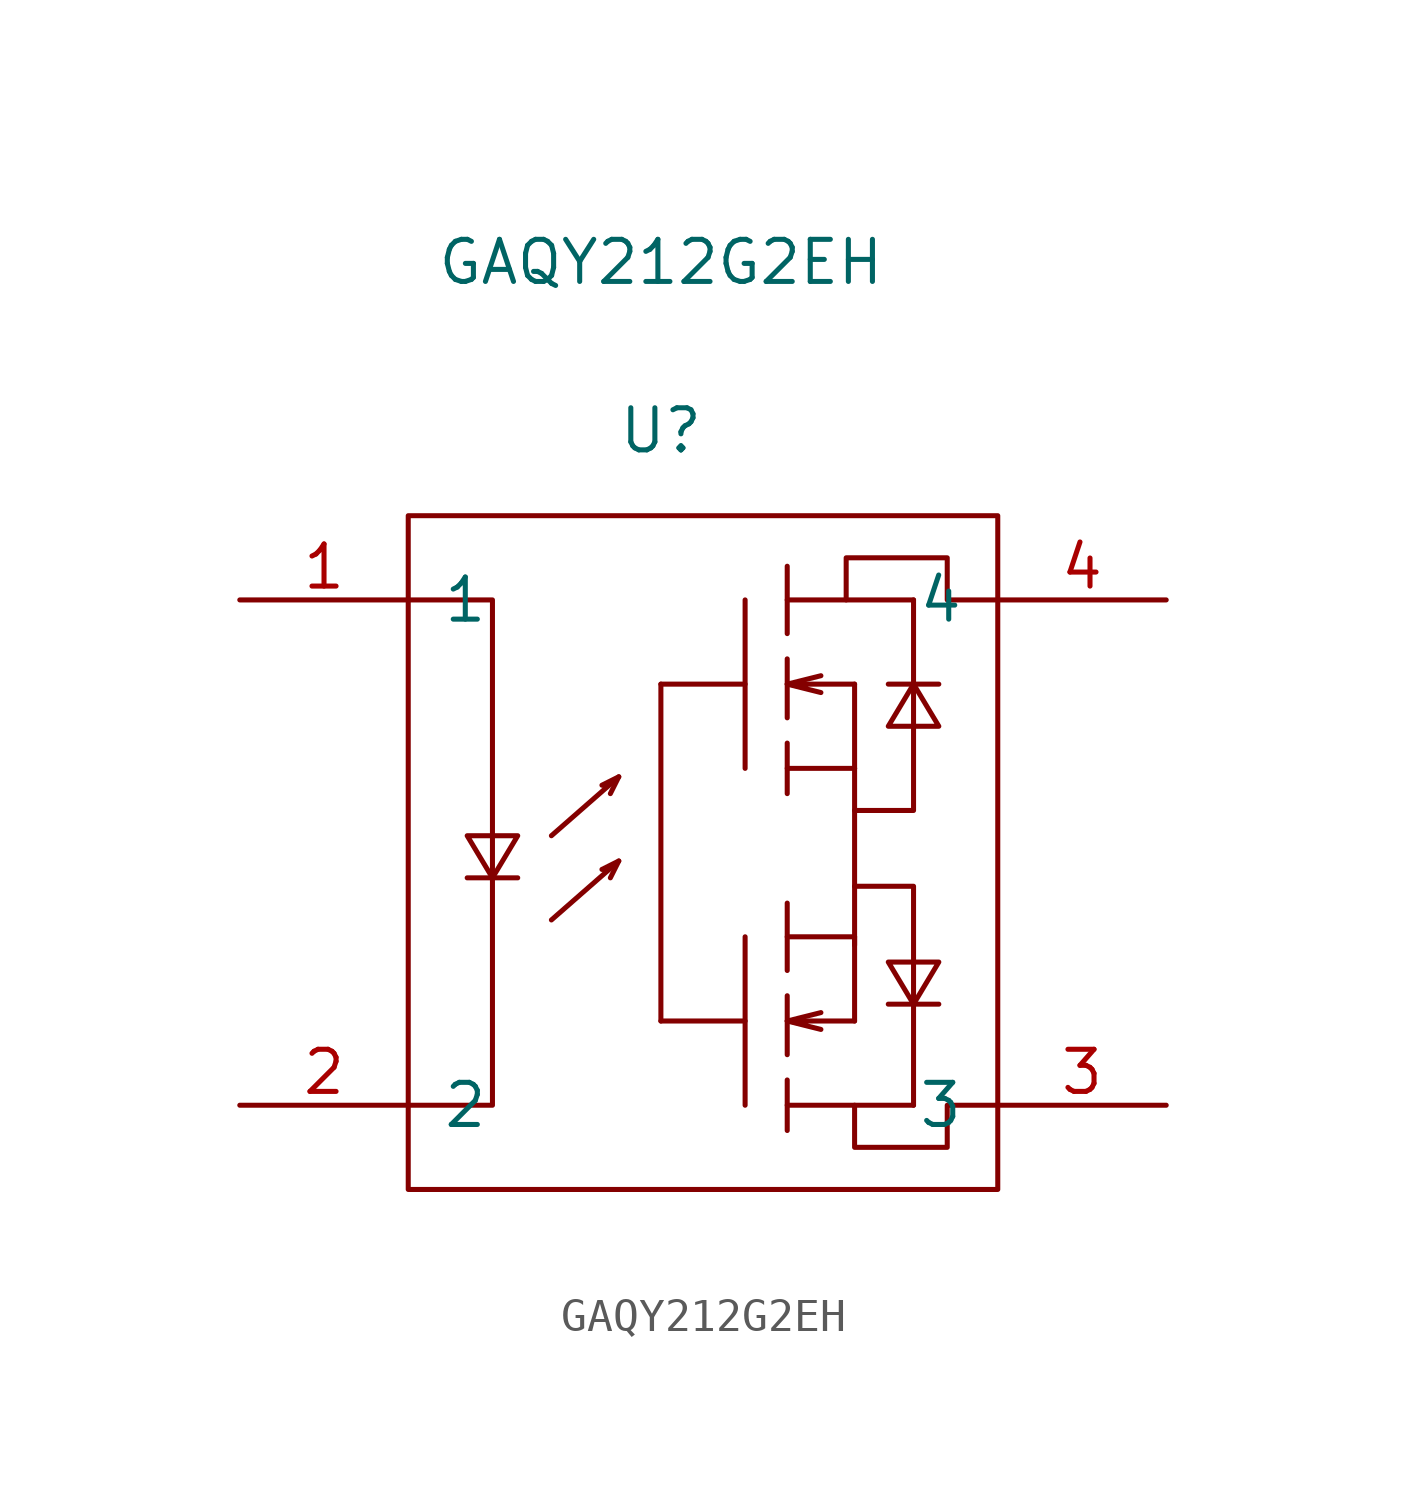
<source format=kicad_sym>
(kicad_symbol_lib
  (version 20220914)
  (generator kicad_symbol_editor)
  (symbol "GAQY212G2EH"
    (pin_names
      (offset 1.016))
    (property "Reference" "U"
      (at 0 12.725 0)
      (effects (font (size 1.27 1.27))))
    (property "Value" "GAQY212G2EH"
      (at 0 17.805 0)
      (effects (font (size 1.27 1.27))))
    (symbol "GAQY212G2EH_1_1"
      (rectangle (start -7.62 10.16) (end 10.16 -10.16) (stroke (width 0.152) (type solid)) (fill (type none)))
      (polyline (pts (xy -5.842 -0.762) (xy -4.318 -0.762)) (stroke (width 0.152) (type solid)) (fill (type none)))
      (polyline (pts (xy -1.27 -0.254) (xy -1.524 -0.762)) (stroke (width 0.152) (type solid)) (fill (type none)))
      (polyline (pts (xy -1.27 2.286) (xy -1.524 1.778)) (stroke (width 0.152) (type solid)) (fill (type none)))
      (polyline (pts (xy 0 5.08) (xy 0 -5.08)) (stroke (width 0.152) (type solid)) (fill (type none)))
      (polyline (pts (xy 2.54 -5.08) (xy 0 -5.08)) (stroke (width 0.152) (type solid)) (fill (type none)))
      (polyline (pts (xy 2.54 -2.54) (xy 2.54 -7.62)) (stroke (width 0.152) (type solid)) (fill (type none)))
      (polyline (pts (xy 2.54 5.08) (xy 0 5.08)) (stroke (width 0.152) (type solid)) (fill (type none)))
      (polyline (pts (xy 2.54 7.62) (xy 2.54 2.54)) (stroke (width 0.152) (type solid)) (fill (type none)))
      (polyline (pts (xy 3.81 -7.62) (xy 7.62 -7.62)) (stroke (width 0.152) (type solid)) (fill (type none)))
      (polyline (pts (xy 3.81 -6.858) (xy 3.81 -8.382)) (stroke (width 0.152) (type solid)) (fill (type none)))
      (polyline (pts (xy 3.81 -5.08) (xy 4.826 -4.826)) (stroke (width 0.152) (type solid)) (fill (type none)))
      (polyline (pts (xy 3.81 -4.318) (xy 3.81 -6.096)) (stroke (width 0.152) (type solid)) (fill (type none)))
      (polyline (pts (xy 3.81 -2.54) (xy 5.842 -2.54)) (stroke (width 0.152) (type solid)) (fill (type none)))
      (polyline (pts (xy 3.81 -1.524) (xy 3.81 -3.556)) (stroke (width 0.152) (type solid)) (fill (type none)))
      (polyline (pts (xy 3.81 2.54) (xy 5.842 2.54)) (stroke (width 0.152) (type solid)) (fill (type none)))
      (polyline (pts (xy 3.81 3.302) (xy 3.81 1.778)) (stroke (width 0.152) (type solid)) (fill (type none)))
      (polyline (pts (xy 3.81 5.08) (xy 4.826 5.334)) (stroke (width 0.152) (type solid)) (fill (type none)))
      (polyline (pts (xy 3.81 5.842) (xy 3.81 4.064)) (stroke (width 0.152) (type solid)) (fill (type none)))
      (polyline (pts (xy 3.81 7.62) (xy 7.62 7.62)) (stroke (width 0.152) (type solid)) (fill (type none)))
      (polyline (pts (xy 3.81 8.636) (xy 3.81 6.604)) (stroke (width 0.152) (type solid)) (fill (type none)))
      (polyline (pts (xy 5.842 -2.54) (xy 5.842 -5.08)) (stroke (width 0.152) (type solid)) (fill (type none)))
      (polyline (pts (xy 5.842 2.54) (xy 5.842 -2.794)) (stroke (width 0.152) (type solid)) (fill (type none)))
      (polyline (pts (xy 5.842 5.08) (xy 5.842 2.54)) (stroke (width 0.152) (type solid)) (fill (type none)))
      (polyline (pts (xy 6.858 -4.572) (xy 8.382 -4.572)) (stroke (width 0.152) (type solid)) (fill (type none)))
      (polyline (pts (xy 8.382 5.08) (xy 6.858 5.08)) (stroke (width 0.152) (type solid)) (fill (type none)))
      (polyline (pts (xy -3.302 -2.032) (xy -1.27 -0.254) (xy -1.778 -0.508)) (stroke (width 0.152) (type solid)) (fill (type none)))
      (polyline (pts (xy -3.302 0.508) (xy -1.27 2.286) (xy -1.778 2.032)) (stroke (width 0.152) (type solid)) (fill (type none)))
      (polyline (pts (xy 5.842 -5.08) (xy 3.81 -5.08) (xy 4.826 -5.334)) (stroke (width 0.152) (type solid)) (fill (type none)))
      (polyline (pts (xy 5.842 -1.016) (xy 7.62 -1.016) (xy 7.62 -7.62)) (stroke (width 0.152) (type solid)) (fill (type none)))
      (polyline (pts (xy 5.842 1.27) (xy 7.62 1.27) (xy 7.62 7.62)) (stroke (width 0.152) (type solid)) (fill (type none)))
      (polyline (pts (xy 5.842 5.08) (xy 3.81 5.08) (xy 4.826 4.826)) (stroke (width 0.152) (type solid)) (fill (type none)))
      (polyline (pts (xy -7.62 7.62) (xy -5.08 7.62) (xy -5.08 -7.62) (xy -7.62 -7.62)) (stroke (width 0.152) (type solid)) (fill (type none)))
      (polyline (pts (xy -5.842 0.508) (xy -4.318 0.508) (xy -5.08 -0.762) (xy -5.842 0.508)) (stroke (width 0.152) (type solid)) (fill (type none)))
      (polyline (pts (xy 6.858 -3.302) (xy 8.382 -3.302) (xy 7.62 -4.572) (xy 6.858 -3.302)) (stroke (width 0.152) (type solid)) (fill (type none)))
      (polyline (pts (xy 8.382 3.81) (xy 6.858 3.81) (xy 7.62 5.08) (xy 8.382 3.81)) (stroke (width 0.152) (type solid)) (fill (type none)))
      (polyline (pts (xy 5.588 7.62) (xy 5.588 8.89) (xy 8.636 8.89) (xy 8.636 7.62) (xy 10.16 7.62)) (stroke (width 0.152) (type solid)) (fill (type none)))
      (polyline (pts (xy 5.842 -7.62) (xy 5.842 -8.89) (xy 8.636 -8.89) (xy 8.636 -7.62) (xy 10.16 -7.62)) (stroke (width 0.152) (type solid)) (fill (type none)))
      (pin input line (at -12.7 7.62 0) (length 5.08) (name "1" (effects (font (size 1.27 1.27)))) (number "1" (effects (font (size 1.27 1.27)))))
      (pin input line (at -12.7 -7.62 0) (length 5.08) (name "2" (effects (font (size 1.27 1.27)))) (number "2" (effects (font (size 1.27 1.27)))))
      (pin input line (at 15.24 -7.62 180) (length 5.08) (name "3" (effects (font (size 1.27 1.27)))) (number "3" (effects (font (size 1.27 1.27)))))
      (pin input line (at 15.24 7.62 180) (length 5.08) (name "4" (effects (font (size 1.27 1.27)))) (number "4" (effects (font (size 1.27 1.27))))))))
</source>
